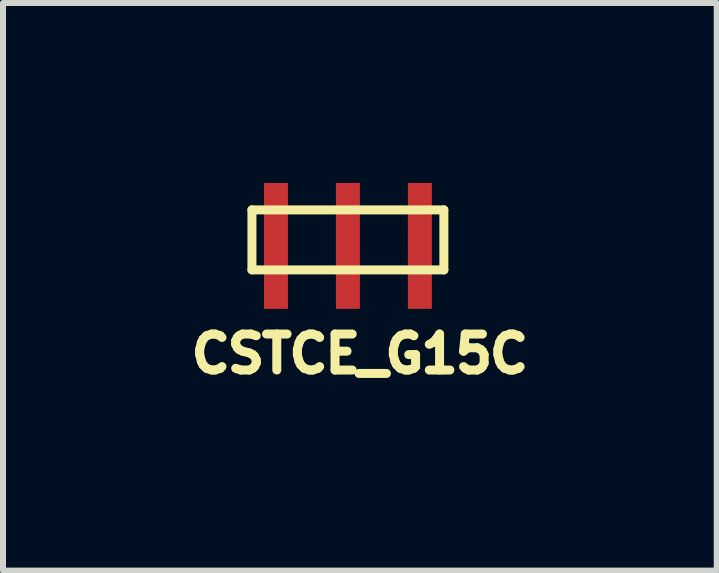
<source format=kicad_pcb>
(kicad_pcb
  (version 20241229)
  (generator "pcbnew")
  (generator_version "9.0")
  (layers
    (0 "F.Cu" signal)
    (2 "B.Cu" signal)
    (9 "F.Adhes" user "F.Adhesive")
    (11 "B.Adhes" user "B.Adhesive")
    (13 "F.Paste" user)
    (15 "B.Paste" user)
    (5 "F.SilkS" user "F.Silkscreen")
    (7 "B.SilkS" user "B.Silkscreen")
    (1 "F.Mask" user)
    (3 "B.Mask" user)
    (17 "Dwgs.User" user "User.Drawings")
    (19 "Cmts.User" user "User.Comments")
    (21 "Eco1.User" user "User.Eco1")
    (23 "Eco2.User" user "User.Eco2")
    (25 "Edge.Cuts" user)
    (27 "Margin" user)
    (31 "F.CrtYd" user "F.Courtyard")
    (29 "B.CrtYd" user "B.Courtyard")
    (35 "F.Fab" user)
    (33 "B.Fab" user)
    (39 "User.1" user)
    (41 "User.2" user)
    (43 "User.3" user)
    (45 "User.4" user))
  (footprint "CSTCE_G15C"
    (layer "F.Cu")
    (at 2.751 1.05)
    (property "Reference" "CSTCE_G15C" (at 0.2 1.8 0) (layer "F.SilkS") (effects (font (size 0.6 0.6) (thickness 0.15))))
    (attr smd)
    (fp_line (start -1.6 -0.6) (end 1.6 -0.6) (stroke (width 0.15) (type solid)) (layer "F.SilkS"))
    (fp_line (start -1.6 0.4) (end -1.6 -0.6) (stroke (width 0.15) (type solid)) (layer "F.SilkS"))
    (fp_line (start 1.6 -0.6) (end 1.6 0.4) (stroke (width 0.15) (type solid)) (layer "F.SilkS"))
    (fp_line (start 1.6 0.4) (end -1.6 0.4) (stroke (width 0.15) (type solid)) (layer "F.SilkS"))
    (pad "1" smd rect (at -1.2 0) (size 0.4 2.1) (layers "F.Cu" "F.Mask" "F.Paste"))
    (pad "2" smd rect (at 0 0) (size 0.4 2.1) (layers "F.Cu" "F.Mask" "F.Paste"))
    (pad "3" smd rect (at 1.2 0) (size 0.4 2.1) (layers "F.Cu" "F.Mask" "F.Paste")))
  (gr_rect
    (start -3 -3)
    (end 8.901 6.464)
    (stroke (width 0.1) (type default))
    (fill no)
    (layer "Edge.Cuts")))
</source>
